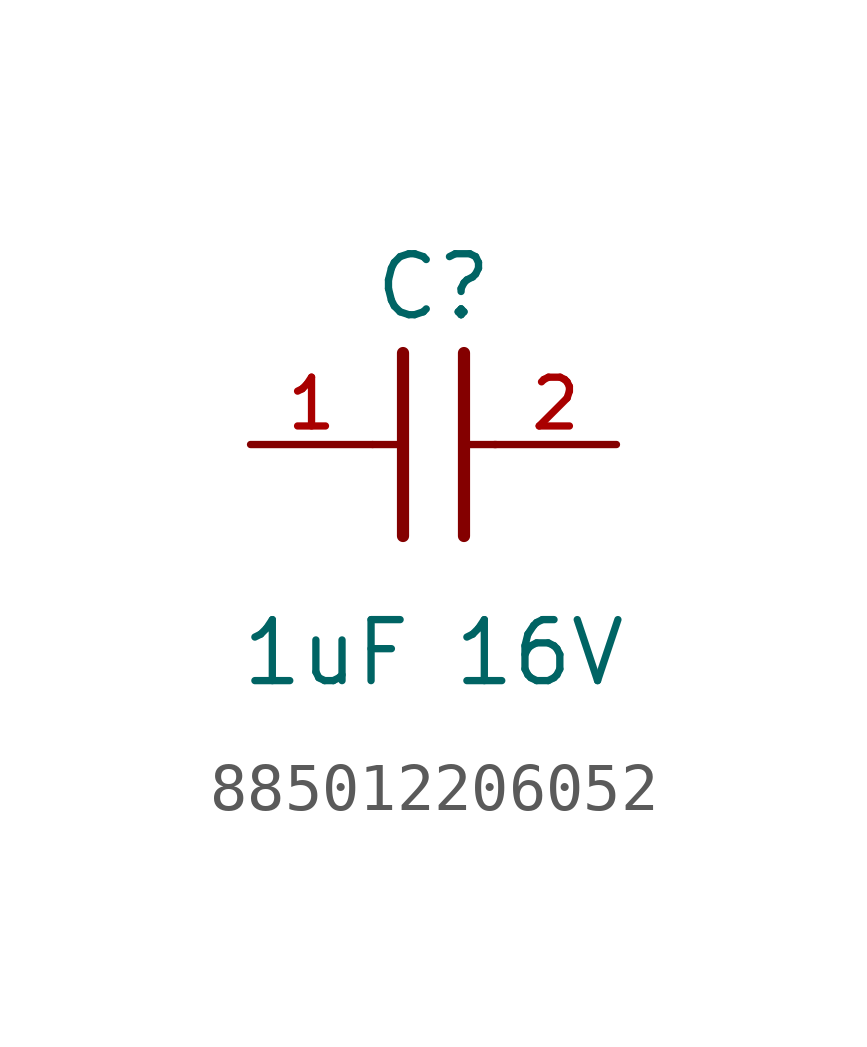
<source format=kicad_sym>
(kicad_symbol_lib
  (version 20231120)
  (generator "kicad_symbol_editor")
  (generator_version "8.0")
  (symbol "885012206052"
    (pin_names
      (offset 1.016))
    (property "Reference" "C"
      (at 1.27 2.54 0)
      (effects (font (size 1.27 1.27)) (justify bottom)))
    (property "Value" "1uF 16V"
      (at 1.27 -5.08 0)
      (effects (font (size 1.27 1.27)) (justify bottom)))
    (symbol "885012206052_0_0"
      (polyline (pts (xy 0 0) (xy 0.643 0)) (stroke (width 0.152) (type default)) (fill (type none)))
      (polyline (pts (xy 0.635 -1.905) (xy 0.635 1.905)) (stroke (width 0.254) (type default)) (fill (type none)))
      (polyline (pts (xy 1.905 1.905) (xy 1.905 -1.905)) (stroke (width 0.254) (type default)) (fill (type none)))
      (polyline (pts (xy 1.928 0) (xy 2.571 0)) (stroke (width 0.152) (type default)) (fill (type none)))
      (pin passive line (at -2.54 0 0) (length 2.54) (name "~" (effects (font (size 1.016 1.016)))) (number "1" (effects (font (size 1.016 1.016)))))
      (pin passive line (at 5.08 0 180) (length 2.54) (name "~" (effects (font (size 1.016 1.016)))) (number "2" (effects (font (size 1.016 1.016))))))))
</source>
